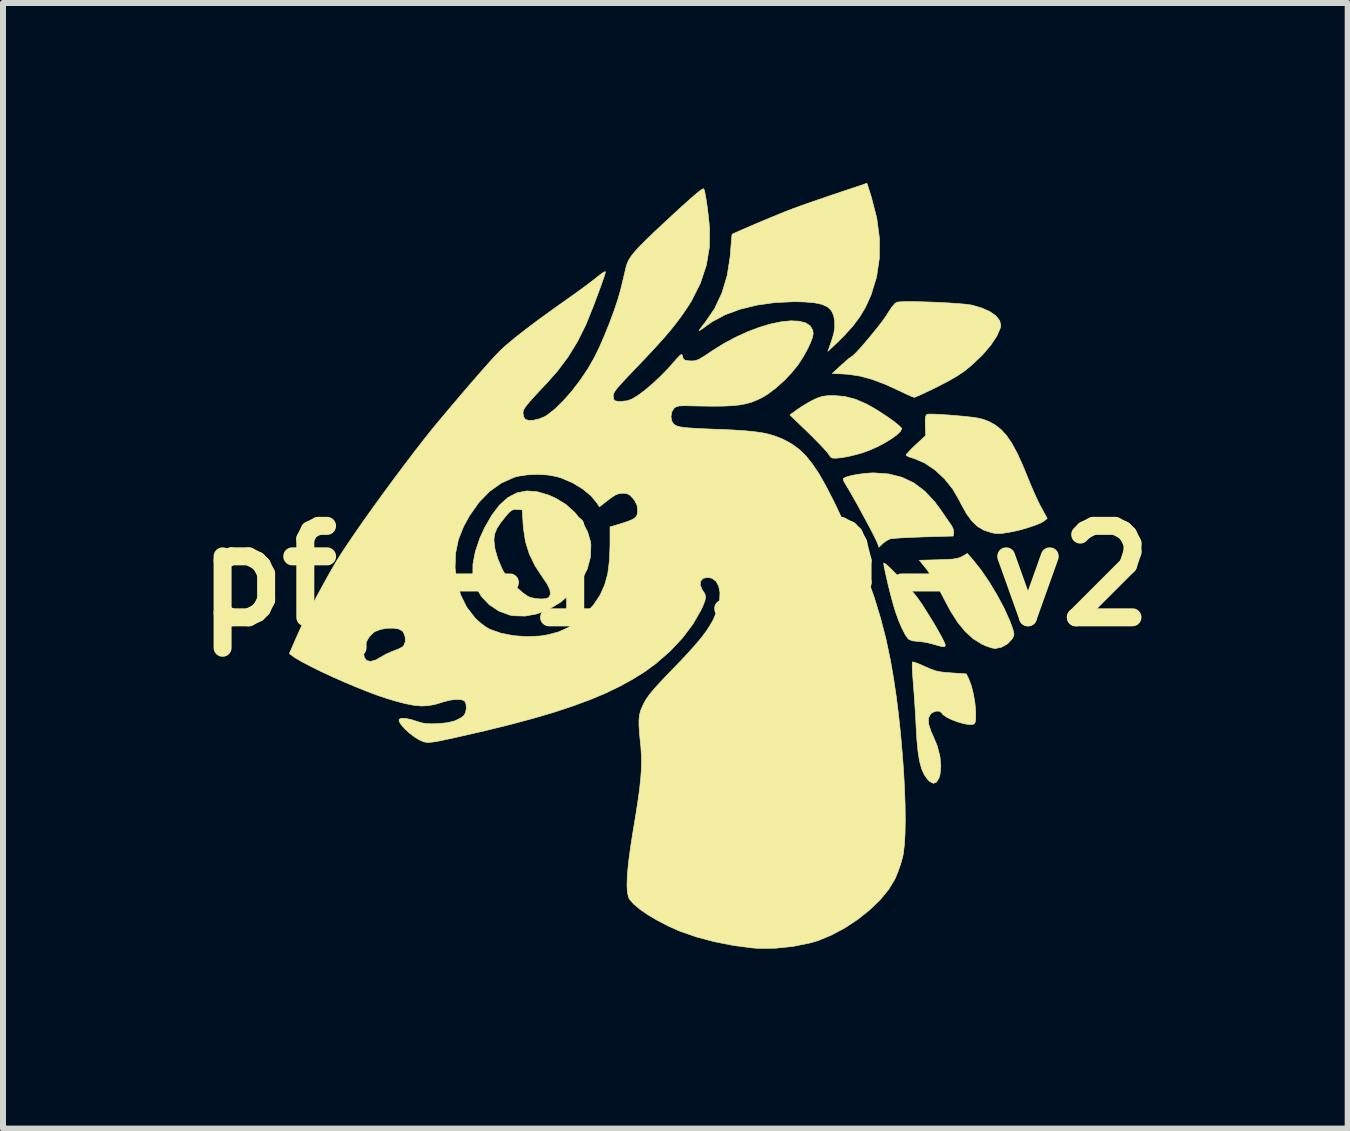
<source format=kicad_pcb>
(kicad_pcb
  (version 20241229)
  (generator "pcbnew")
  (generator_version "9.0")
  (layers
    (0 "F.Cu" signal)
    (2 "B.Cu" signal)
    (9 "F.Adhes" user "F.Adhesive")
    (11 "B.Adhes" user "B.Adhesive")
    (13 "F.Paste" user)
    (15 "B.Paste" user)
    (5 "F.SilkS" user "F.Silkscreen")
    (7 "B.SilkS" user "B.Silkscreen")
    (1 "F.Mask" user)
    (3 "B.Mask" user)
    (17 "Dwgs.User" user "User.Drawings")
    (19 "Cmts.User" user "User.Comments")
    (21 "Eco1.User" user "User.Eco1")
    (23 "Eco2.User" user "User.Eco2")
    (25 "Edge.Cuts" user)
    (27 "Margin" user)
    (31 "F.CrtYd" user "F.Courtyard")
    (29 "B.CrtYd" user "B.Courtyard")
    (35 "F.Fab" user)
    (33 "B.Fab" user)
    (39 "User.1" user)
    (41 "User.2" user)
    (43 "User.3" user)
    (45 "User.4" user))
  (footprint "pfp-1050-v2"
    (layer "F.Cu")
    (at 8.208 6.551)
    (property "Reference" "pfp-1050-v2" (at 0 0 0) (layer "F.SilkS") (effects (font (size 1.524 1.524) (thickness 0.3))))
    (attr through_hole)
    (fp_poly (pts (xy 4.963 -0.266) (xy 5.094 -0.101) (xy 5.229 0.096) (xy 5.358 0.309) (xy 5.474 0.525) (xy 5.567 0.729) (xy 5.603 0.822) (xy 5.631 0.906) (xy 5.644 0.958) (xy 5.642 0.995) (xy 5.625 1.03) (xy 5.612 1.052) (xy 5.537 1.132) (xy 5.437 1.188) (xy 5.332 1.21) (xy 5.272 1.199) (xy 5.188 1.171) (xy 5.109 1.136) (xy 4.967 1.048) (xy 4.835 0.929) (xy 4.709 0.776) (xy 4.586 0.583) (xy 4.478 0.38) (xy 4.409 0.247) (xy 4.336 0.116) (xy 4.266 0.000004) (xy 4.206 -0.089) (xy 4.188 -0.113) (xy 4.068 -0.261) (xy 4.386 -0.27) (xy 4.524 -0.275) (xy 4.624 -0.281) (xy 4.694 -0.292) (xy 4.745 -0.307) (xy 4.786 -0.327) (xy 4.867 -0.375) (xy 4.963 -0.266)) (stroke (width 0.01) (type solid)) (fill yes) (layer "F.SilkS"))
    (fp_poly (pts (xy 2.824 -2.992) (xy 3.002 -2.946) (xy 3.188 -2.865) (xy 3.323 -2.789) (xy 3.441 -2.715) (xy 3.551 -2.641) (xy 3.646 -2.573) (xy 3.72 -2.514) (xy 3.764 -2.472) (xy 3.774 -2.455) (xy 3.753 -2.411) (xy 3.694 -2.354) (xy 3.607 -2.29) (xy 3.498 -2.223) (xy 3.376 -2.158) (xy 3.249 -2.101) (xy 3.131 -2.057) (xy 3.012 -2.023) (xy 2.889 -1.993) (xy 2.783 -1.974) (xy 2.754 -1.97) (xy 2.67 -1.963) (xy 2.621 -1.965) (xy 2.591 -1.98) (xy 2.567 -2.012) (xy 2.559 -2.026) (xy 2.528 -2.066) (xy 2.469 -2.132) (xy 2.388 -2.217) (xy 2.292 -2.314) (xy 2.214 -2.391) (xy 1.91 -2.684) (xy 2.026 -2.769) (xy 2.112 -2.827) (xy 2.216 -2.89) (xy 2.293 -2.931) (xy 2.378 -2.97) (xy 2.45 -2.993) (xy 2.53 -3.004) (xy 2.636 -3.007) (xy 2.643 -3.007) (xy 2.824 -2.992)) (stroke (width 0.01) (type solid)) (fill yes) (layer "F.SilkS"))
    (fp_poly (pts (xy 3.496 -0.206) (xy 3.543 -0.167) (xy 3.609 -0.104) (xy 3.688 -0.024) (xy 3.774 0.065) (xy 3.859 0.157) (xy 3.938 0.246) (xy 4.005 0.325) (xy 4.048 0.381) (xy 4.109 0.469) (xy 4.177 0.575) (xy 4.249 0.691) (xy 4.321 0.809) (xy 4.386 0.922) (xy 4.44 1.02) (xy 4.479 1.097) (xy 4.498 1.143) (xy 4.499 1.149) (xy 4.495 1.171) (xy 4.477 1.18) (xy 4.435 1.175) (xy 4.362 1.156) (xy 4.294 1.136) (xy 4.193 1.111) (xy 4.091 1.095) (xy 4.035 1.091) (xy 3.946 1.08) (xy 3.887 1.053) (xy 3.883 1.05) (xy 3.835 0.983) (xy 3.78 0.878) (xy 3.722 0.743) (xy 3.668 0.593) (xy 3.641 0.503) (xy 3.61 0.393) (xy 3.578 0.27) (xy 3.547 0.144) (xy 3.519 0.024) (xy 3.496 -0.08) (xy 3.48 -0.161) (xy 3.474 -0.208) (xy 3.475 -0.216) (xy 3.496 -0.206)) (stroke (width 0.01) (type solid)) (fill yes) (layer "F.SilkS"))
    (fp_poly (pts (xy 3.559 -1.7) (xy 3.779 -1.644) (xy 3.977 -1.55) (xy 4.158 -1.413) (xy 4.327 -1.232) (xy 4.428 -1.094) (xy 4.49 -1.004) (xy 4.547 -0.921) (xy 4.59 -0.86) (xy 4.6 -0.846) (xy 4.632 -0.783) (xy 4.641 -0.724) (xy 4.641 -0.723) (xy 4.632 -0.665) (xy 4.137 -0.651) (xy 3.983 -0.645) (xy 3.842 -0.639) (xy 3.724 -0.632) (xy 3.635 -0.625) (xy 3.585 -0.619) (xy 3.58 -0.618) (xy 3.52 -0.588) (xy 3.458 -0.542) (xy 3.456 -0.54) (xy 3.393 -0.48) (xy 3.368 -0.551) (xy 3.347 -0.597) (xy 3.308 -0.677) (xy 3.253 -0.783) (xy 3.188 -0.905) (xy 3.117 -1.036) (xy 3.046 -1.167) (xy 2.977 -1.29) (xy 2.917 -1.396) (xy 2.869 -1.477) (xy 2.844 -1.517) (xy 2.811 -1.574) (xy 2.798 -1.616) (xy 2.8 -1.625) (xy 2.846 -1.648) (xy 2.927 -1.672) (xy 3.033 -1.692) (xy 3.15 -1.708) (xy 3.267 -1.717) (xy 3.314 -1.718) (xy 3.559 -1.7)) (stroke (width 0.01) (type solid)) (fill yes) (layer "F.SilkS"))
    (fp_poly (pts (xy 3.97 -4.573) (xy 4.115 -4.57) (xy 4.273 -4.565) (xy 4.434 -4.558) (xy 4.589 -4.549) (xy 4.729 -4.539) (xy 4.846 -4.529) (xy 4.929 -4.517) (xy 4.947 -4.514) (xy 5.113 -4.465) (xy 5.248 -4.404) (xy 5.347 -4.333) (xy 5.408 -4.254) (xy 5.425 -4.173) (xy 5.42 -4.14) (xy 5.36 -4) (xy 5.258 -3.847) (xy 5.119 -3.684) (xy 4.944 -3.518) (xy 4.914 -3.492) (xy 4.81 -3.409) (xy 4.693 -3.331) (xy 4.553 -3.25) (xy 4.379 -3.16) (xy 4.368 -3.154) (xy 4.247 -3.095) (xy 4.139 -3.044) (xy 4.054 -3.005) (xy 3.998 -2.982) (xy 3.981 -2.977) (xy 3.95 -2.988) (xy 3.885 -3.016) (xy 3.799 -3.056) (xy 3.737 -3.086) (xy 3.496 -3.196) (xy 3.281 -3.277) (xy 3.081 -3.331) (xy 2.887 -3.361) (xy 2.767 -3.369) (xy 2.616 -3.375) (xy 2.765 -3.513) (xy 2.836 -3.576) (xy 2.892 -3.624) (xy 2.927 -3.649) (xy 2.931 -3.652) (xy 2.959 -3.671) (xy 3.011 -3.721) (xy 3.08 -3.795) (xy 3.16 -3.887) (xy 3.246 -3.989) (xy 3.331 -4.093) (xy 3.41 -4.193) (xy 3.477 -4.282) (xy 3.525 -4.352) (xy 3.532 -4.365) (xy 3.605 -4.477) (xy 3.663 -4.544) (xy 3.696 -4.564) (xy 3.751 -4.57) (xy 3.845 -4.573) (xy 3.97 -4.573)) (stroke (width 0.01) (type solid)) (fill yes) (layer "F.SilkS"))
    (fp_poly (pts (xy 3.979 1.437) (xy 4.039 1.458) (xy 4.12 1.492) (xy 4.159 1.51) (xy 4.257 1.553) (xy 4.34 1.582) (xy 4.426 1.6) (xy 4.533 1.611) (xy 4.601 1.616) (xy 4.85 1.633) (xy 4.893 1.721) (xy 4.934 1.831) (xy 4.969 1.971) (xy 4.995 2.124) (xy 5.007 2.272) (xy 5.007 2.301) (xy 5.006 2.388) (xy 4.998 2.439) (xy 4.982 2.464) (xy 4.957 2.475) (xy 4.892 2.477) (xy 4.802 2.461) (xy 4.702 2.432) (xy 4.602 2.394) (xy 4.517 2.351) (xy 4.459 2.31) (xy 4.443 2.287) (xy 4.409 2.256) (xy 4.352 2.253) (xy 4.29 2.274) (xy 4.255 2.301) (xy 4.219 2.37) (xy 4.222 2.468) (xy 4.262 2.593) (xy 4.292 2.657) (xy 4.365 2.831) (xy 4.41 3.004) (xy 4.426 3.168) (xy 4.412 3.311) (xy 4.392 3.375) (xy 4.35 3.44) (xy 4.3 3.457) (xy 4.24 3.426) (xy 4.2 3.386) (xy 4.147 3.308) (xy 4.104 3.21) (xy 4.071 3.087) (xy 4.046 2.931) (xy 4.027 2.739) (xy 4.015 2.54) (xy 4.006 2.367) (xy 3.995 2.183) (xy 3.983 2.004) (xy 3.971 1.846) (xy 3.965 1.771) (xy 3.956 1.651) (xy 3.95 1.549) (xy 3.949 1.475) (xy 3.951 1.437) (xy 3.952 1.434) (xy 3.979 1.437)) (stroke (width 0.01) (type solid)) (fill yes) (layer "F.SilkS"))
    (fp_poly (pts (xy 4.319 -2.697) (xy 4.426 -2.691) (xy 4.555 -2.683) (xy 4.664 -2.674) (xy 4.825 -2.66) (xy 4.948 -2.646) (xy 5.041 -2.632) (xy 5.114 -2.615) (xy 5.178 -2.594) (xy 5.227 -2.574) (xy 5.334 -2.515) (xy 5.431 -2.439) (xy 5.522 -2.339) (xy 5.609 -2.211) (xy 5.697 -2.049) (xy 5.788 -1.85) (xy 5.877 -1.634) (xy 5.932 -1.499) (xy 5.992 -1.362) (xy 6.05 -1.237) (xy 6.098 -1.142) (xy 6.099 -1.141) (xy 6.199 -0.959) (xy 6.145 -0.915) (xy 6.088 -0.882) (xy 5.996 -0.845) (xy 5.88 -0.806) (xy 5.754 -0.769) (xy 5.629 -0.74) (xy 5.559 -0.727) (xy 5.461 -0.712) (xy 5.394 -0.706) (xy 5.339 -0.708) (xy 5.281 -0.719) (xy 5.261 -0.724) (xy 5.139 -0.765) (xy 5.035 -0.827) (xy 4.942 -0.916) (xy 4.853 -1.038) (xy 4.764 -1.199) (xy 4.738 -1.252) (xy 4.626 -1.446) (xy 4.486 -1.62) (xy 4.327 -1.768) (xy 4.156 -1.883) (xy 3.98 -1.958) (xy 3.961 -1.963) (xy 3.895 -1.985) (xy 3.853 -2.006) (xy 3.846 -2.015) (xy 3.863 -2.04) (xy 3.908 -2.089) (xy 3.972 -2.154) (xy 4.01 -2.189) (xy 4.173 -2.341) (xy 4.167 -2.511) (xy 4.166 -2.603) (xy 4.171 -2.657) (xy 4.185 -2.685) (xy 4.204 -2.696) (xy 4.242 -2.698) (xy 4.319 -2.697)) (stroke (width 0.01) (type solid)) (fill yes) (layer "F.SilkS"))
    (fp_poly (pts (xy 3.266 -6.32) (xy 3.357 -5.969) (xy 3.402 -5.629) (xy 3.401 -5.3) (xy 3.355 -4.985) (xy 3.262 -4.683) (xy 3.168 -4.476) (xy 3.074 -4.319) (xy 2.957 -4.163) (xy 2.81 -4.001) (xy 2.693 -3.886) (xy 2.543 -3.745) (xy 2.605 -3.921) (xy 2.641 -4.042) (xy 2.657 -4.142) (xy 2.656 -4.239) (xy 2.639 -4.343) (xy 2.601 -4.423) (xy 2.539 -4.484) (xy 2.446 -4.527) (xy 2.319 -4.554) (xy 2.153 -4.568) (xy 1.983 -4.572) (xy 1.664 -4.558) (xy 1.362 -4.515) (xy 1.081 -4.447) (xy 0.83 -4.354) (xy 0.613 -4.238) (xy 0.526 -4.177) (xy 0.463 -4.13) (xy 0.416 -4.098) (xy 0.398 -4.088) (xy 0.405 -4.105) (xy 0.437 -4.15) (xy 0.487 -4.214) (xy 0.497 -4.226) (xy 0.654 -4.456) (xy 0.777 -4.718) (xy 0.864 -5.007) (xy 0.913 -5.318) (xy 0.919 -5.39) (xy 0.928 -5.505) (xy 0.936 -5.6) (xy 0.942 -5.667) (xy 0.947 -5.696) (xy 0.947 -5.697) (xy 0.973 -5.709) (xy 1.035 -5.737) (xy 1.126 -5.777) (xy 1.238 -5.825) (xy 1.363 -5.879) (xy 1.494 -5.934) (xy 1.621 -5.987) (xy 1.738 -6.035) (xy 1.837 -6.075) (xy 1.875 -6.09) (xy 1.962 -6.123) (xy 2.085 -6.168) (xy 2.235 -6.221) (xy 2.399 -6.278) (xy 2.57 -6.336) (xy 2.643 -6.361) (xy 3.194 -6.546) (xy 3.266 -6.32)) (stroke (width 0.01) (type solid)) (fill yes) (layer "F.SilkS"))
    (fp_poly (pts (xy -2.306 -1.405) (xy -2.116 -1.349) (xy -1.994 -1.295) (xy -1.824 -1.191) (xy -1.675 -1.057) (xy -1.553 -0.904) (xy -1.464 -0.739) (xy -1.414 -0.57) (xy -1.408 -0.522) (xy -1.415 -0.317) (xy -1.468 -0.116) (xy -1.566 0.077) (xy -1.706 0.256) (xy -1.74 0.291) (xy -1.917 0.44) (xy -2.108 0.555) (xy -2.307 0.632) (xy -2.507 0.669) (xy -2.7 0.663) (xy -2.764 0.651) (xy -2.942 0.585) (xy -3.101 0.48) (xy -3.232 0.343) (xy -3.327 0.18) (xy -3.34 0.149) (xy -3.376 -0.012) (xy -3.374 -0.197) (xy -3.335 -0.403) (xy -3.272 -0.59) (xy -3.024 -0.59) (xy -3.007 -0.45) (xy -2.961 -0.289) (xy -2.889 -0.12) (xy -2.863 -0.07) (xy -2.806 0.015) (xy -2.727 0.108) (xy -2.637 0.199) (xy -2.546 0.279) (xy -2.463 0.337) (xy -2.413 0.36) (xy -2.322 0.378) (xy -2.23 0.384) (xy -2.154 0.377) (xy -2.109 0.358) (xy -2.082 0.304) (xy -2.091 0.231) (xy -2.137 0.134) (xy -2.201 0.04) (xy -2.337 -0.167) (xy -2.434 -0.366) (xy -2.498 -0.57) (xy -2.532 -0.793) (xy -2.538 -0.871) (xy -2.552 -1.101) (xy -2.639 -1.108) (xy -2.692 -1.108) (xy -2.733 -1.092) (xy -2.777 -1.053) (xy -2.824 -0.999) (xy -2.914 -0.886) (xy -2.973 -0.795) (xy -3.007 -0.715) (xy -3.022 -0.635) (xy -3.024 -0.59) (xy -3.272 -0.59) (xy -3.26 -0.627) (xy -3.182 -0.798) (xy -3.058 -1.015) (xy -2.928 -1.185) (xy -2.79 -1.308) (xy -2.641 -1.385) (xy -2.481 -1.417) (xy -2.306 -1.405)) (stroke (width 0.01) (type solid)) (fill yes) (layer "F.SilkS"))
    (fp_poly (pts (xy 0.474 -6.453) (xy 0.486 -6.421) (xy 0.5 -6.35) (xy 0.517 -6.251) (xy 0.534 -6.134) (xy 0.549 -6.008) (xy 0.562 -5.884) (xy 0.57 -5.787) (xy 0.567 -5.48) (xy 0.516 -5.177) (xy 0.417 -4.88) (xy 0.272 -4.591) (xy 0.213 -4.496) (xy 0.125 -4.366) (xy 0.033 -4.24) (xy -0.069 -4.111) (xy -0.186 -3.973) (xy -0.324 -3.82) (xy -0.487 -3.645) (xy -0.63 -3.495) (xy -0.759 -3.36) (xy -0.858 -3.255) (xy -0.931 -3.175) (xy -0.982 -3.115) (xy -1.013 -3.07) (xy -1.03 -3.037) (xy -1.036 -3.009) (xy -1.035 -2.99) (xy -1.027 -2.943) (xy -1.003 -2.919) (xy -0.95 -2.909) (xy -0.925 -2.907) (xy -0.797 -2.921) (xy -0.716 -2.953) (xy -0.621 -3.011) (xy -0.504 -3.098) (xy -0.376 -3.207) (xy -0.246 -3.329) (xy -0.122 -3.456) (xy -0.06 -3.525) (xy 0.014 -3.611) (xy 0.064 -3.664) (xy 0.093 -3.689) (xy 0.11 -3.689) (xy 0.118 -3.67) (xy 0.121 -3.657) (xy 0.134 -3.617) (xy 0.163 -3.596) (xy 0.222 -3.587) (xy 0.246 -3.585) (xy 0.297 -3.584) (xy 0.342 -3.591) (xy 0.392 -3.611) (xy 0.457 -3.648) (xy 0.546 -3.706) (xy 0.596 -3.741) (xy 0.797 -3.867) (xy 1.001 -3.977) (xy 1.204 -4.07) (xy 1.402 -4.145) (xy 1.591 -4.201) (xy 1.766 -4.237) (xy 1.923 -4.253) (xy 2.059 -4.247) (xy 2.168 -4.22) (xy 2.246 -4.171) (xy 2.29 -4.098) (xy 2.298 -4.04) (xy 2.285 -3.974) (xy 2.249 -3.879) (xy 2.195 -3.767) (xy 2.129 -3.649) (xy 2.056 -3.535) (xy 2.044 -3.518) (xy 1.938 -3.387) (xy 1.811 -3.254) (xy 1.673 -3.131) (xy 1.539 -3.03) (xy 1.457 -2.98) (xy 1.365 -2.935) (xy 1.274 -2.898) (xy 1.178 -2.871) (xy 1.071 -2.851) (xy 0.945 -2.838) (xy 0.794 -2.831) (xy 0.611 -2.83) (xy 0.39 -2.833) (xy 0.25 -2.836) (xy 0.141 -2.838) (xy 0.068 -2.834) (xy 0.021 -2.824) (xy -0.012 -2.804) (xy -0.022 -2.796) (xy -0.06 -2.735) (xy -0.073 -2.656) (xy -0.06 -2.58) (xy -0.03 -2.535) (xy -0.004 -2.515) (xy 0.028 -2.499) (xy 0.072 -2.487) (xy 0.134 -2.476) (xy 0.219 -2.468) (xy 0.334 -2.46) (xy 0.484 -2.453) (xy 0.675 -2.445) (xy 0.714 -2.444) (xy 0.954 -2.434) (xy 1.152 -2.421) (xy 1.317 -2.405) (xy 1.455 -2.385) (xy 1.573 -2.359) (xy 1.678 -2.326) (xy 1.778 -2.286) (xy 1.828 -2.262) (xy 1.953 -2.192) (xy 2.067 -2.107) (xy 2.176 -2.002) (xy 2.281 -1.871) (xy 2.389 -1.711) (xy 2.501 -1.516) (xy 2.622 -1.282) (xy 2.672 -1.18) (xy 2.872 -0.756) (xy 3.044 -0.362) (xy 3.191 0.008) (xy 3.317 0.362) (xy 3.422 0.708) (xy 3.511 1.051) (xy 3.584 1.4) (xy 3.593 1.448) (xy 3.64 1.723) (xy 3.683 2.015) (xy 3.721 2.318) (xy 3.754 2.628) (xy 3.781 2.938) (xy 3.804 3.243) (xy 3.82 3.536) (xy 3.83 3.813) (xy 3.833 4.067) (xy 3.829 4.292) (xy 3.818 4.484) (xy 3.799 4.636) (xy 3.79 4.681) (xy 3.755 4.805) (xy 3.708 4.94) (xy 3.661 5.052) (xy 3.558 5.224) (xy 3.415 5.398) (xy 3.239 5.567) (xy 3.04 5.726) (xy 2.824 5.868) (xy 2.6 5.988) (xy 2.376 6.08) (xy 2.25 6.117) (xy 1.96 6.176) (xy 1.666 6.206) (xy 1.384 6.208) (xy 1.282 6.201) (xy 0.964 6.159) (xy 0.65 6.097) (xy 0.352 6.018) (xy 0.085 5.925) (xy 0.054 5.913) (xy -0.128 5.831) (xy -0.301 5.741) (xy -0.457 5.649) (xy -0.59 5.557) (xy -0.693 5.471) (xy -0.76 5.394) (xy -0.778 5.363) (xy -0.799 5.277) (xy -0.806 5.151) (xy -0.8 4.983) (xy -0.78 4.772) (xy -0.746 4.517) (xy -0.703 4.245) (xy -0.658 3.975) (xy -0.623 3.746) (xy -0.596 3.55) (xy -0.578 3.382) (xy -0.567 3.234) (xy -0.564 3.1) (xy -0.567 2.973) (xy -0.575 2.847) (xy -0.582 2.784) (xy -0.598 2.62) (xy -0.606 2.494) (xy -0.606 2.396) (xy -0.597 2.315) (xy -0.578 2.243) (xy -0.547 2.17) (xy -0.528 2.129) (xy -0.492 2.064) (xy -0.443 1.993) (xy -0.377 1.91) (xy -0.289 1.811) (xy -0.173 1.688) (xy -0.086 1.597) (xy 0.088 1.417) (xy 0.231 1.264) (xy 0.346 1.134) (xy 0.44 1.022) (xy 0.514 0.923) (xy 0.574 0.831) (xy 0.625 0.742) (xy 0.641 0.709) (xy 0.704 0.554) (xy 0.738 0.408) (xy 0.744 0.278) (xy 0.723 0.169) (xy 0.677 0.087) (xy 0.606 0.037) (xy 0.532 0.024) (xy 0.459 0.042) (xy 0.419 0.089) (xy 0.414 0.155) (xy 0.448 0.232) (xy 0.46 0.249) (xy 0.492 0.298) (xy 0.504 0.347) (xy 0.495 0.407) (xy 0.464 0.49) (xy 0.427 0.569) (xy 0.292 0.804) (xy 0.117 1.036) (xy -0.093 1.259) (xy -0.329 1.464) (xy -0.509 1.595) (xy -0.709 1.72) (xy -0.925 1.839) (xy -1.159 1.952) (xy -1.416 2.06) (xy -1.7 2.165) (xy -2.013 2.269) (xy -2.359 2.371) (xy -2.743 2.474) (xy -3.167 2.579) (xy -3.635 2.686) (xy -3.693 2.699) (xy -3.847 2.732) (xy -3.962 2.756) (xy -4.046 2.769) (xy -4.107 2.775) (xy -4.154 2.773) (xy -4.193 2.765) (xy -4.201 2.763) (xy -4.274 2.73) (xy -4.356 2.678) (xy -4.439 2.614) (xy -4.513 2.545) (xy -4.571 2.479) (xy -4.604 2.424) (xy -4.605 2.39) (xy -4.568 2.373) (xy -4.494 2.375) (xy -4.394 2.397) (xy -4.317 2.422) (xy -4.232 2.448) (xy -4.151 2.462) (xy -4.055 2.465) (xy -3.955 2.462) (xy -3.796 2.446) (xy -3.672 2.415) (xy -3.574 2.365) (xy -3.526 2.328) (xy -3.496 2.276) (xy -3.484 2.203) (xy -3.49 2.131) (xy -3.512 2.085) (xy -3.564 2.063) (xy -3.649 2.058) (xy -3.754 2.07) (xy -3.867 2.099) (xy -3.878 2.103) (xy -4.001 2.14) (xy -4.115 2.162) (xy -4.229 2.168) (xy -4.354 2.157) (xy -4.498 2.129) (xy -4.671 2.084) (xy -4.813 2.041) (xy -4.965 1.99) (xy -5.139 1.925) (xy -5.327 1.849) (xy -5.522 1.767) (xy -5.716 1.681) (xy -5.902 1.595) (xy -6.07 1.512) (xy -6.214 1.437) (xy -6.326 1.372) (xy -6.381 1.335) (xy -6.434 1.294) (xy -6.422 1.266) (xy -5.2 1.266) (xy -5.186 1.357) (xy -5.145 1.411) (xy -5.078 1.425) (xy -4.989 1.399) (xy -4.915 1.356) (xy -4.826 1.305) (xy -4.724 1.259) (xy -4.685 1.245) (xy -4.609 1.215) (xy -4.55 1.183) (xy -4.53 1.166) (xy -4.502 1.098) (xy -4.504 1.014) (xy -4.533 0.939) (xy -4.55 0.917) (xy -4.612 0.884) (xy -4.703 0.87) (xy -4.809 0.872) (xy -4.914 0.891) (xy -5.004 0.926) (xy -5.028 0.941) (xy -5.103 1.017) (xy -5.163 1.118) (xy -5.197 1.225) (xy -5.2 1.266) (xy -6.422 1.266) (xy -6.317 1.024) (xy -6.256 0.89) (xy -6.175 0.724) (xy -6.08 0.537) (xy -5.976 0.338) (xy -5.867 0.138) (xy -5.761 -0.054) (xy -5.712 -0.138) (xy -3.672 -0.138) (xy -3.644 0.095) (xy -3.579 0.317) (xy -3.479 0.519) (xy -3.344 0.695) (xy -3.33 0.71) (xy -3.25 0.783) (xy -3.163 0.848) (xy -3.094 0.889) (xy -2.909 0.954) (xy -2.696 0.996) (xy -2.471 1.012) (xy -2.248 1.001) (xy -2.117 0.979) (xy -1.941 0.931) (xy -1.789 0.862) (xy -1.646 0.765) (xy -1.498 0.631) (xy -1.498 0.631) (xy -1.36 0.478) (xy -1.255 0.32) (xy -1.178 0.15) (xy -1.126 -0.042) (xy -1.098 -0.262) (xy -1.089 -0.512) (xy -1.089 -0.818) (xy -0.913 -0.87) (xy -0.793 -0.909) (xy -0.711 -0.943) (xy -0.662 -0.978) (xy -0.637 -1.02) (xy -0.629 -1.076) (xy -0.629 -1.096) (xy -0.639 -1.18) (xy -0.677 -1.255) (xy -0.703 -1.289) (xy -0.757 -1.346) (xy -0.806 -1.372) (xy -0.872 -1.379) (xy -0.877 -1.379) (xy -0.939 -1.373) (xy -0.997 -1.351) (xy -1.066 -1.307) (xy -1.121 -1.265) (xy -1.266 -1.152) (xy -1.303 -1.211) (xy -1.405 -1.335) (xy -1.544 -1.45) (xy -1.71 -1.551) (xy -1.893 -1.63) (xy -1.985 -1.658) (xy -2.134 -1.684) (xy -2.303 -1.693) (xy -2.474 -1.685) (xy -2.628 -1.661) (xy -2.688 -1.644) (xy -2.902 -1.548) (xy -3.096 -1.41) (xy -3.273 -1.228) (xy -3.432 -1.003) (xy -3.53 -0.825) (xy -3.617 -0.606) (xy -3.664 -0.374) (xy -3.672 -0.138) (xy -5.712 -0.138) (xy -5.661 -0.227) (xy -5.661 -0.227) (xy -5.579 -0.358) (xy -5.472 -0.521) (xy -5.343 -0.71) (xy -5.198 -0.919) (xy -5.039 -1.142) (xy -4.872 -1.372) (xy -4.701 -1.605) (xy -4.53 -1.833) (xy -4.364 -2.052) (xy -4.207 -2.255) (xy -4.064 -2.435) (xy -3.964 -2.557) (xy -3.754 -2.806) (xy -3.56 -3.035) (xy -3.384 -3.24) (xy -3.229 -3.418) (xy -3.097 -3.567) (xy -2.99 -3.683) (xy -2.921 -3.755) (xy -2.817 -3.85) (xy -2.674 -3.969) (xy -2.494 -4.11) (xy -2.279 -4.272) (xy -2.03 -4.452) (xy -1.776 -4.632) (xy -1.654 -4.719) (xy -1.534 -4.806) (xy -1.427 -4.886) (xy -1.344 -4.95) (xy -1.323 -4.967) (xy -1.255 -5.022) (xy -1.201 -5.059) (xy -1.172 -5.074) (xy -1.17 -5.073) (xy -1.167 -5.066) (xy -1.169 -5.052) (xy -1.176 -5.024) (xy -1.191 -4.977) (xy -1.216 -4.907) (xy -1.252 -4.806) (xy -1.302 -4.671) (xy -1.361 -4.512) (xy -1.491 -4.189) (xy -1.632 -3.906) (xy -1.789 -3.65) (xy -1.967 -3.413) (xy -2.126 -3.233) (xy -2.255 -3.096) (xy -2.354 -2.989) (xy -2.427 -2.908) (xy -2.478 -2.847) (xy -2.511 -2.801) (xy -2.53 -2.766) (xy -2.538 -2.738) (xy -2.54 -2.713) (xy -2.528 -2.651) (xy -2.503 -2.612) (xy -2.448 -2.593) (xy -2.365 -2.596) (xy -2.27 -2.618) (xy -2.178 -2.656) (xy -2.142 -2.677) (xy -2.009 -2.781) (xy -1.866 -2.921) (xy -1.72 -3.087) (xy -1.58 -3.271) (xy -1.451 -3.464) (xy -1.348 -3.645) (xy -1.266 -3.813) (xy -1.182 -4.007) (xy -1.099 -4.212) (xy -1.023 -4.416) (xy -0.959 -4.607) (xy -0.912 -4.77) (xy -0.905 -4.8) (xy -0.877 -4.916) (xy -0.85 -5.028) (xy -0.829 -5.118) (xy -0.821 -5.153) (xy -0.803 -5.21) (xy -0.776 -5.269) (xy -0.735 -5.332) (xy -0.676 -5.406) (xy -0.596 -5.493) (xy -0.491 -5.599) (xy -0.357 -5.728) (xy -0.19 -5.884) (xy -0.186 -5.888) (xy -0.011 -6.05) (xy 0.132 -6.181) (xy 0.246 -6.283) (xy 0.333 -6.359) (xy 0.397 -6.411) (xy 0.44 -6.442) (xy 0.465 -6.454) (xy 0.474 -6.453)) (stroke (width 0.01) (type solid)) (fill yes) (layer "F.SilkS")))
  (gr_rect
    (start -3 -3)
    (end 19.416 15.764)
    (stroke (width 0.1) (type default))
    (fill no)
    (layer "Edge.Cuts")))
</source>
